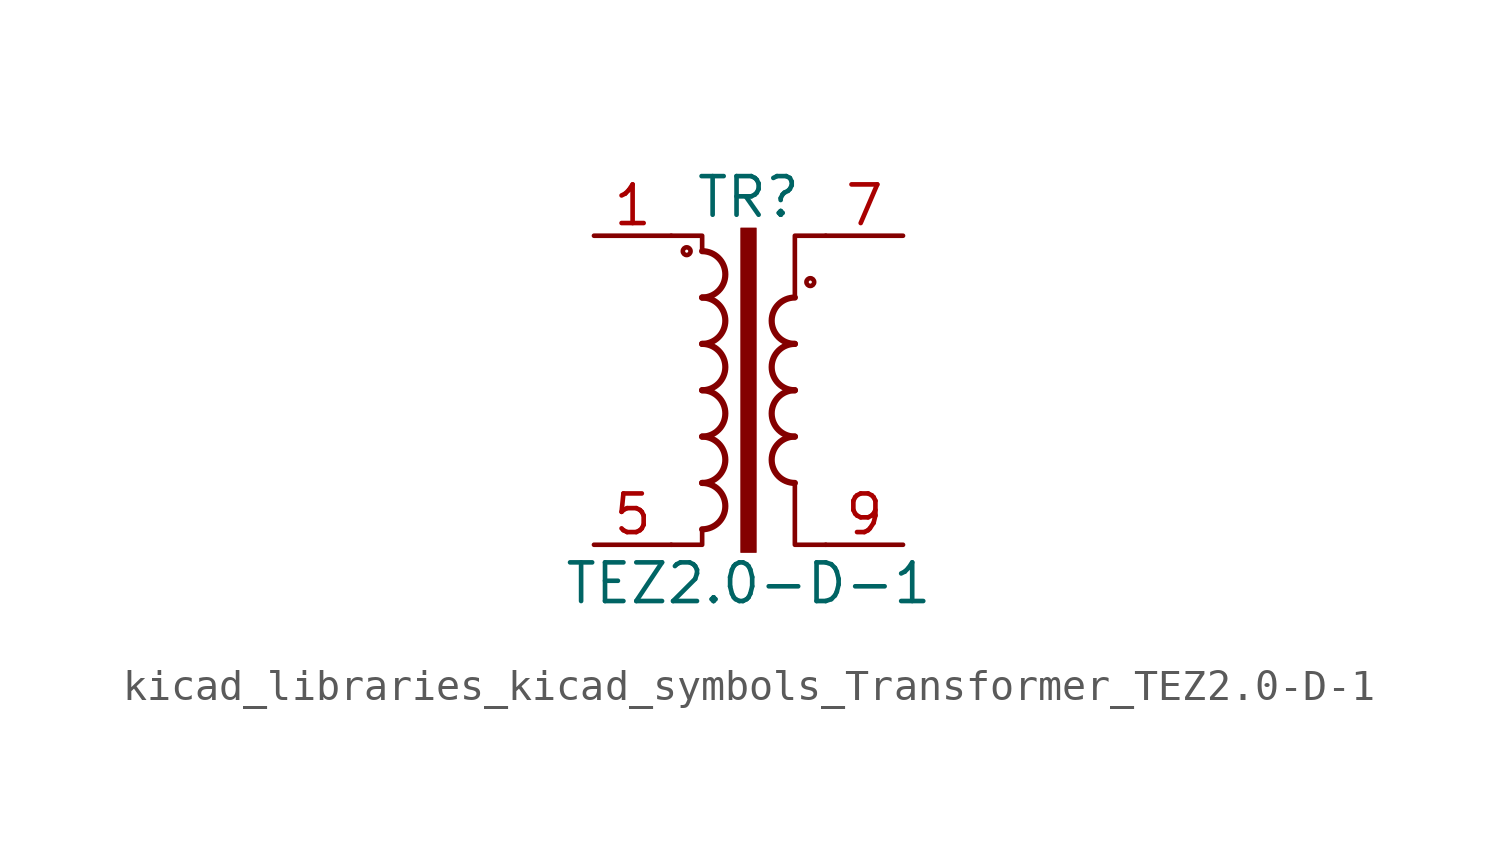
<source format=kicad_sym>
(kicad_symbol_lib
  (version 20220914)
  (generator kicad_symbol_editor)
  (symbol "kicad_libraries_kicad_symbols_Transformer_TEZ2.0-D-1"
    (pin_names
      (offset 0.025))
    (property "Reference" "TR"
      (at 0 6.35 0)
      (effects (font (size 1.27 1.27))))
    (property "Value" "TEZ2.0-D-1"
      (at 0 -6.35 0)
      (effects (font (size 1.27 1.27))))
    (symbol "kicad_libraries_kicad_symbols_Transformer_TEZ2.0-D-1_0_1"
      (circle (center -2.032 4.572) (radius 0.127) (stroke (width 0) (type default)) (fill (type none)))
      (arc (start -1.524 -4.572) (mid -0.7653 -3.81) (end -1.524 -3.048) (stroke (width 0.2032) (type default)) (fill (type none)))
      (arc (start -1.524 -3.048) (mid -0.7653 -2.286) (end -1.524 -1.524) (stroke (width 0.2032) (type default)) (fill (type none)))
      (arc (start -1.524 -1.524) (mid -0.7653 -0.762) (end -1.524 0) (stroke (width 0.2032) (type default)) (fill (type none)))
      (arc (start -1.524 0) (mid -0.7653 0.762) (end -1.524 1.524) (stroke (width 0.2032) (type default)) (fill (type none)))
      (arc (start -1.524 1.524) (mid -0.7653 2.286) (end -1.524 3.048) (stroke (width 0.2032) (type default)) (fill (type none)))
      (arc (start -1.524 3.048) (mid -0.7653 3.81) (end -1.524 4.572) (stroke (width 0.2032) (type default)) (fill (type none)))
      (rectangle (start -0.254 5.334) (end 0.254 -5.334) (stroke (width 0.025) (type default)) (fill (type outline)))
      (polyline (pts (xy -1.524 -4.572) (xy -1.524 -5.08) (xy -2.54 -5.08)) (stroke (width 0) (type default)) (fill (type none)))
      (polyline (pts (xy -1.524 4.572) (xy -1.524 5.08) (xy -2.54 5.08)) (stroke (width 0) (type default)) (fill (type none)))
      (polyline (pts (xy 1.524 3.048) (xy 1.524 5.08) (xy 2.54 5.08) (xy 2.54 5.08)) (stroke (width 0.152) (type default)) (fill (type none)))
      (polyline (pts (xy 2.54 -5.08) (xy 1.524 -5.08) (xy 1.524 -3.048) (xy 1.524 -3.048)) (stroke (width 0.152) (type default)) (fill (type none)))
      (arc (start 1.524 -1.524) (mid 0.7653 -2.286) (end 1.524 -3.048) (stroke (width 0.2032) (type default)) (fill (type none)))
      (arc (start 1.524 0) (mid 0.7653 -0.762) (end 1.524 -1.524) (stroke (width 0.2032) (type default)) (fill (type none)))
      (arc (start 1.524 1.524) (mid 0.7653 0.762) (end 1.524 0) (stroke (width 0.2032) (type default)) (fill (type none)))
      (arc (start 1.524 3.048) (mid 0.7653 2.286) (end 1.524 1.524) (stroke (width 0.2032) (type default)) (fill (type none)))
      (circle (center 2.032 3.556) (radius 0.127) (stroke (width 0) (type default)) (fill (type none))))
    (symbol "kicad_libraries_kicad_symbols_Transformer_TEZ2.0-D-1_1_1"
      (pin passive line (at -5.08 5.08 0) (length 2.54) (name "~" (effects (font (size 1.27 1.27)))) (number "1" (effects (font (size 1.27 1.27)))))
      (pin passive line (at -5.08 -5.08 0) (length 2.54) (name "~" (effects (font (size 1.27 1.27)))) (number "5" (effects (font (size 1.27 1.27)))))
      (pin passive line (at 5.08 5.08 180) (length 2.54) (name "~" (effects (font (size 1.27 1.27)))) (number "7" (effects (font (size 1.27 1.27)))))
      (pin passive line (at 5.08 -5.08 180) (length 2.54) (name "~" (effects (font (size 1.27 1.27)))) (number "9" (effects (font (size 1.27 1.27))))))))
</source>
